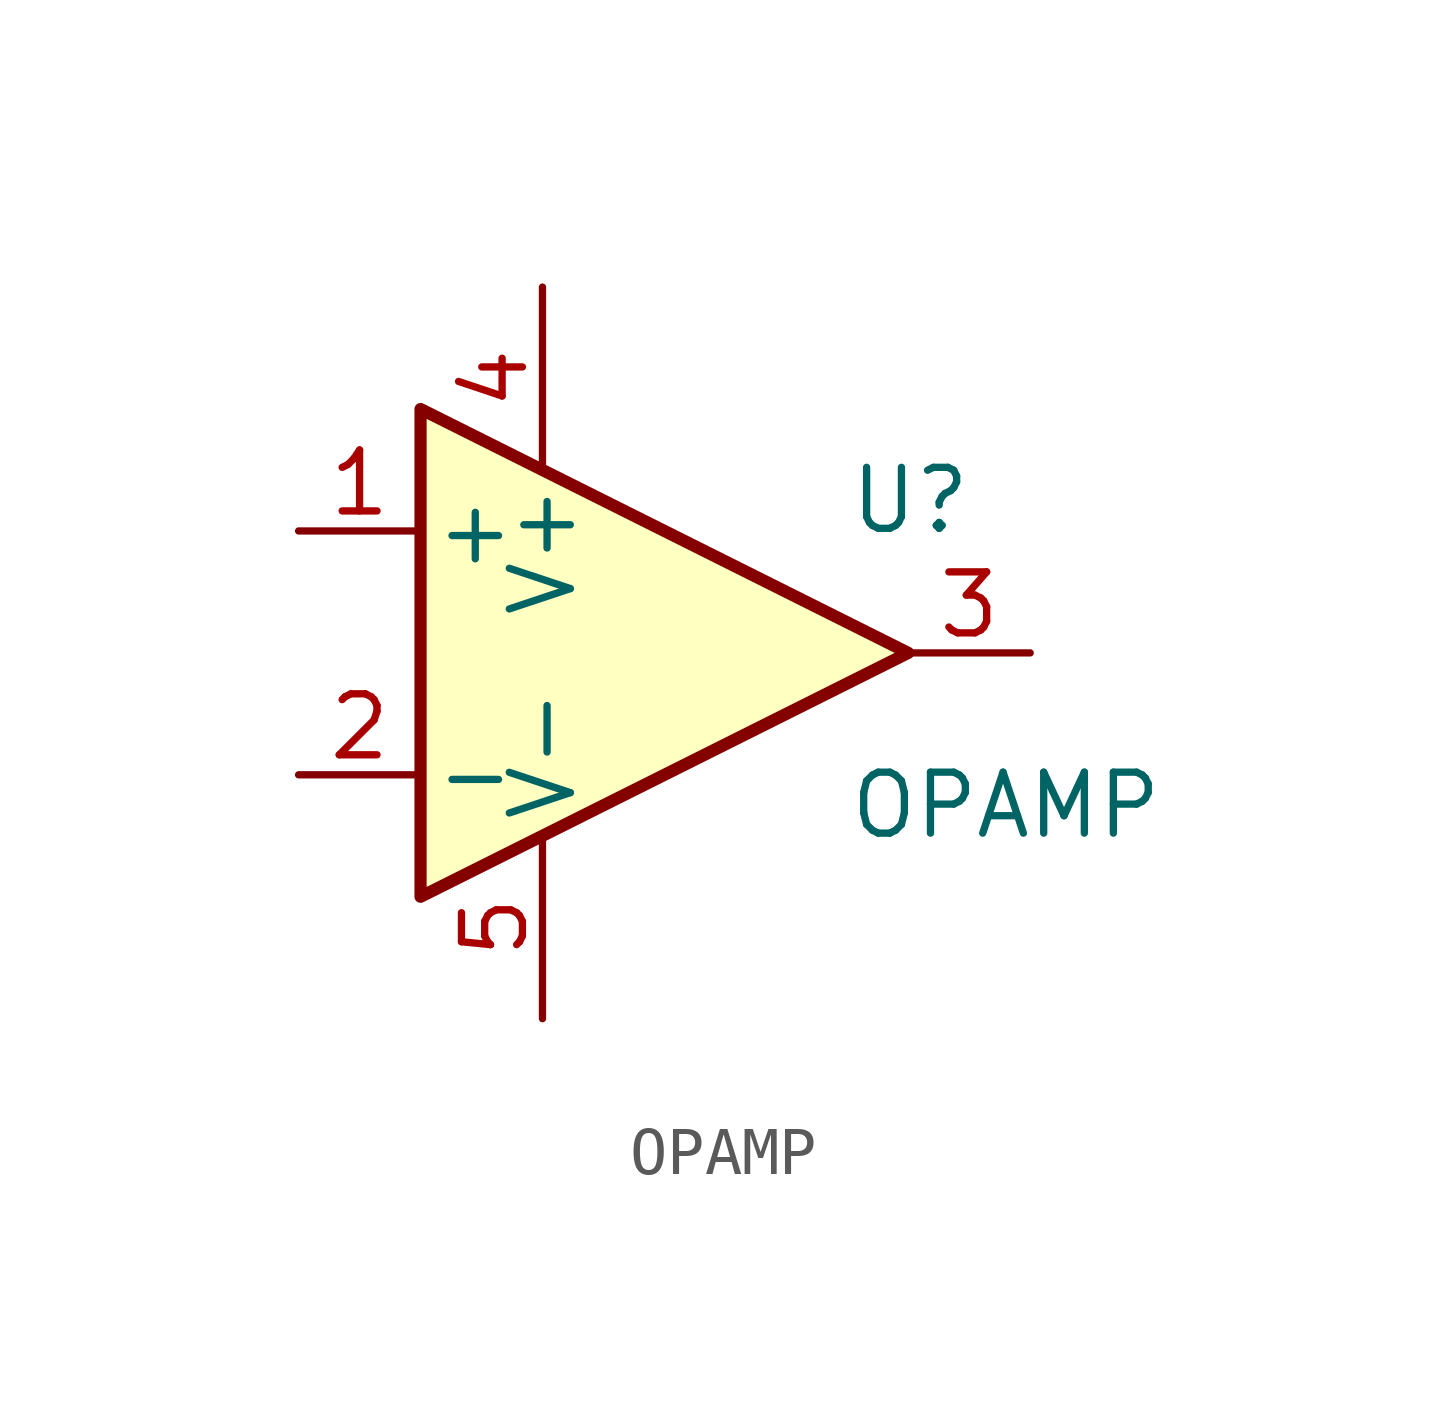
<source format=kicad_sym>
(kicad_symbol_lib
  (version 20211014)
  (generator kicad_symbol_editor)
  (symbol "OPAMP"
    (pin_names
      (offset 0.254))
    (property "Reference" "U"
      (at 3.81 3.175 0)
      (effects (font (size 1.27 1.27)) (justify left)))
    (property "Value" "OPAMP"
      (at 3.81 -3.175 0)
      (effects (font (size 1.27 1.27)) (justify left)))
    (symbol "OPAMP_0_1"
      (polyline (pts (xy 5.08 0) (xy -5.08 5.08) (xy -5.08 -5.08) (xy 5.08 0)) (stroke (width 0.254) (type default) (color 0 0 0 0)) (fill (type background))))
    (symbol "OPAMP_1_1"
      (pin bidirectional line (at -7.62 2.54 0) (length 2.54) (name "+" (effects (font (size 1.27 1.27)))) (number "1" (effects (font (size 1.27 1.27)))))
      (pin bidirectional line (at -7.62 -2.54 0) (length 2.54) (name "-" (effects (font (size 1.27 1.27)))) (number "2" (effects (font (size 1.27 1.27)))))
      (pin bidirectional line (at 7.62 0 180) (length 2.54) (name "~" (effects (font (size 1.27 1.27)))) (number "3" (effects (font (size 1.27 1.27)))))
      (pin input line (at -2.54 7.62 270) (length 3.81) (name "V+" (effects (font (size 1.27 1.27)))) (number "4" (effects (font (size 1.27 1.27)))))
      (pin bidirectional line (at -2.54 -7.62 90) (length 3.81) (name "V-" (effects (font (size 1.27 1.27)))) (number "5" (effects (font (size 1.27 1.27))))))))
</source>
